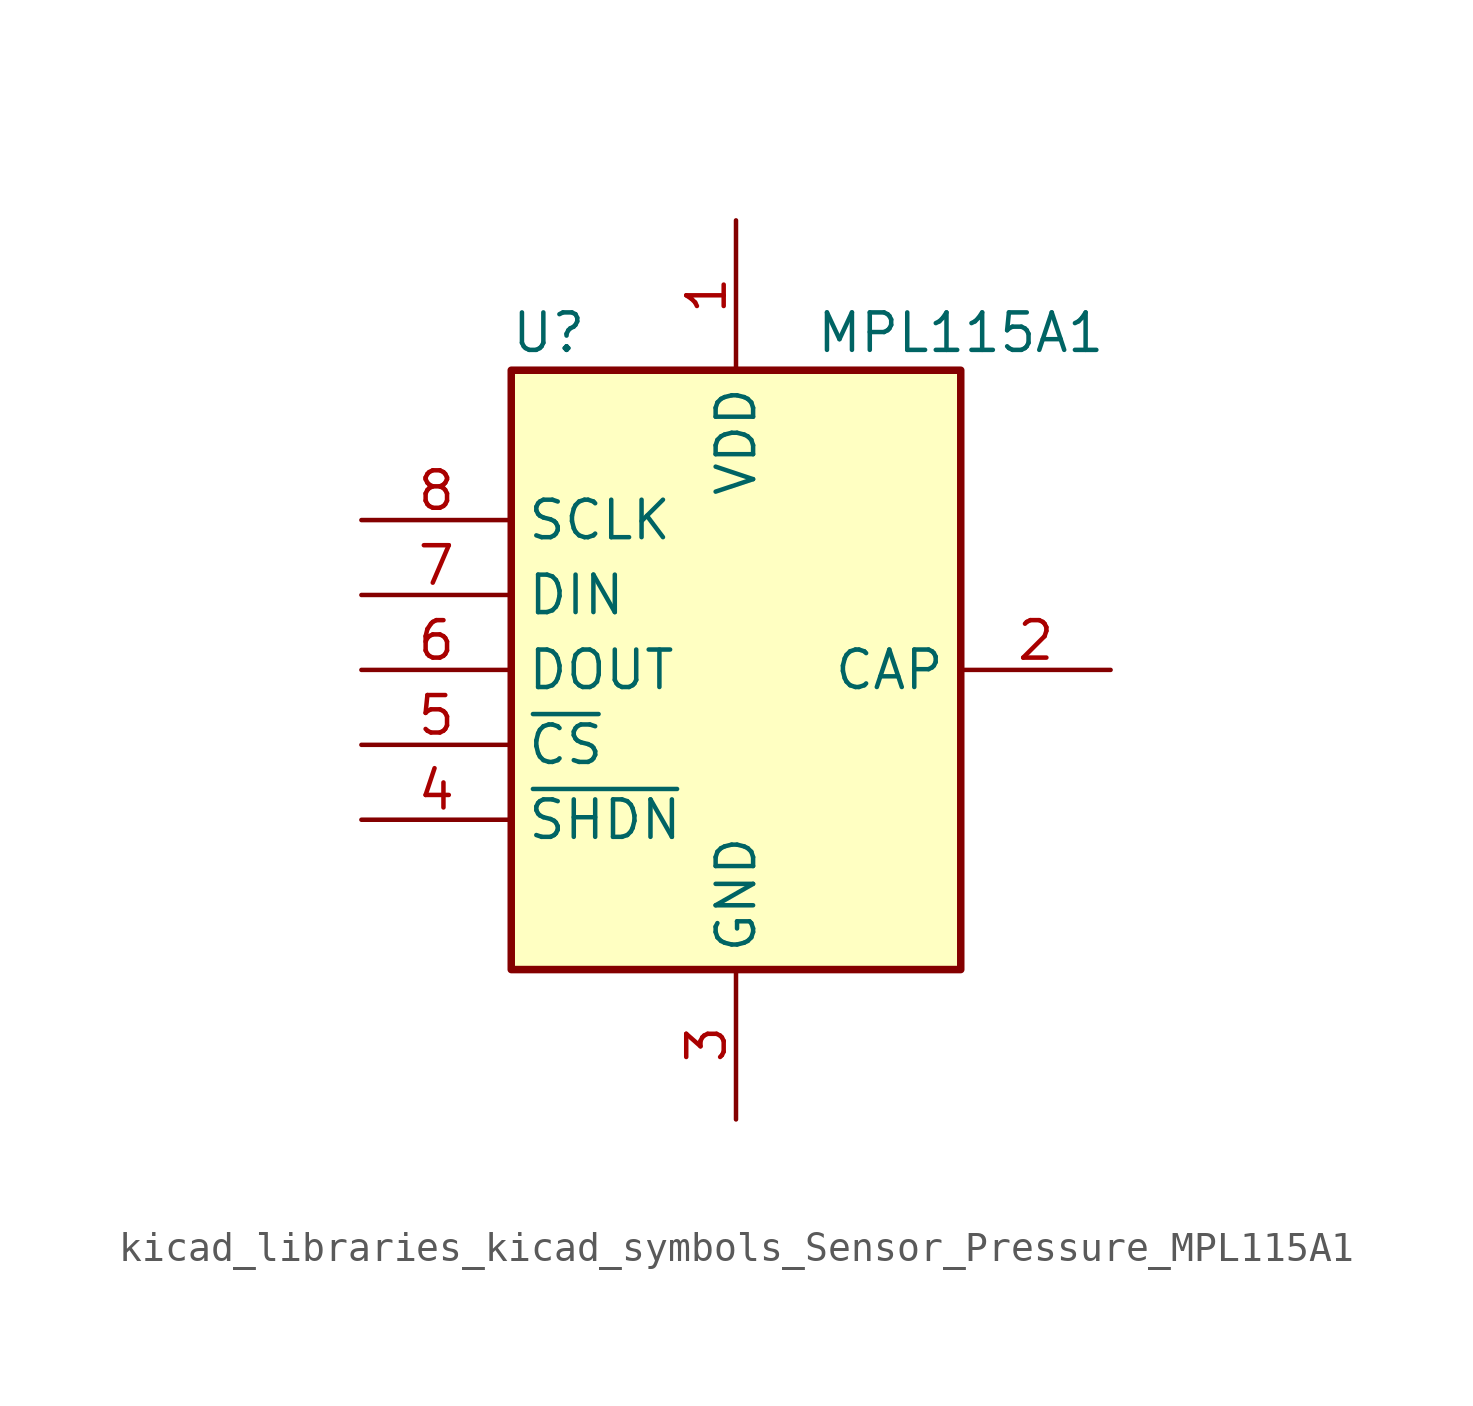
<source format=kicad_sym>
(kicad_symbol_lib
  (version 20220914)
  (generator kicad_symbol_editor)
  (symbol "kicad_libraries_kicad_symbols_Sensor_Pressure_MPL115A1"
    (property "Reference" "U"
      (at -6.35 11.43 0)
      (effects (font (size 1.27 1.27))))
    (property "Value" "MPL115A1"
      (at 7.62 11.43 0)
      (effects (font (size 1.27 1.27))))
    (symbol "kicad_libraries_kicad_symbols_Sensor_Pressure_MPL115A1_0_1"
      (rectangle (start 7.62 10.16) (end -7.62 -10.16) (stroke (width 0.254) (type default)) (fill (type background))))
    (symbol "kicad_libraries_kicad_symbols_Sensor_Pressure_MPL115A1_1_1"
      (pin power_in line (at 0 15.24 270) (length 5.08) (name "VDD" (effects (font (size 1.27 1.27)))) (number "1" (effects (font (size 1.27 1.27)))))
      (pin passive line (at 12.7 0 180) (length 5.08) (name "CAP" (effects (font (size 1.27 1.27)))) (number "2" (effects (font (size 1.27 1.27)))))
      (pin power_in line (at 0 -15.24 90) (length 5.08) (name "GND" (effects (font (size 1.27 1.27)))) (number "3" (effects (font (size 1.27 1.27)))))
      (pin input line (at -12.7 -5.08 0) (length 5.08) (name "~{SHDN}" (effects (font (size 1.27 1.27)))) (number "4" (effects (font (size 1.27 1.27)))))
      (pin input line (at -12.7 -2.54 0) (length 5.08) (name "~{CS}" (effects (font (size 1.27 1.27)))) (number "5" (effects (font (size 1.27 1.27)))))
      (pin output line (at -12.7 0 0) (length 5.08) (name "DOUT" (effects (font (size 1.27 1.27)))) (number "6" (effects (font (size 1.27 1.27)))))
      (pin input line (at -12.7 2.54 0) (length 5.08) (name "DIN" (effects (font (size 1.27 1.27)))) (number "7" (effects (font (size 1.27 1.27)))))
      (pin input line (at -12.7 5.08 0) (length 5.08) (name "SCLK" (effects (font (size 1.27 1.27)))) (number "8" (effects (font (size 1.27 1.27))))))))
</source>
